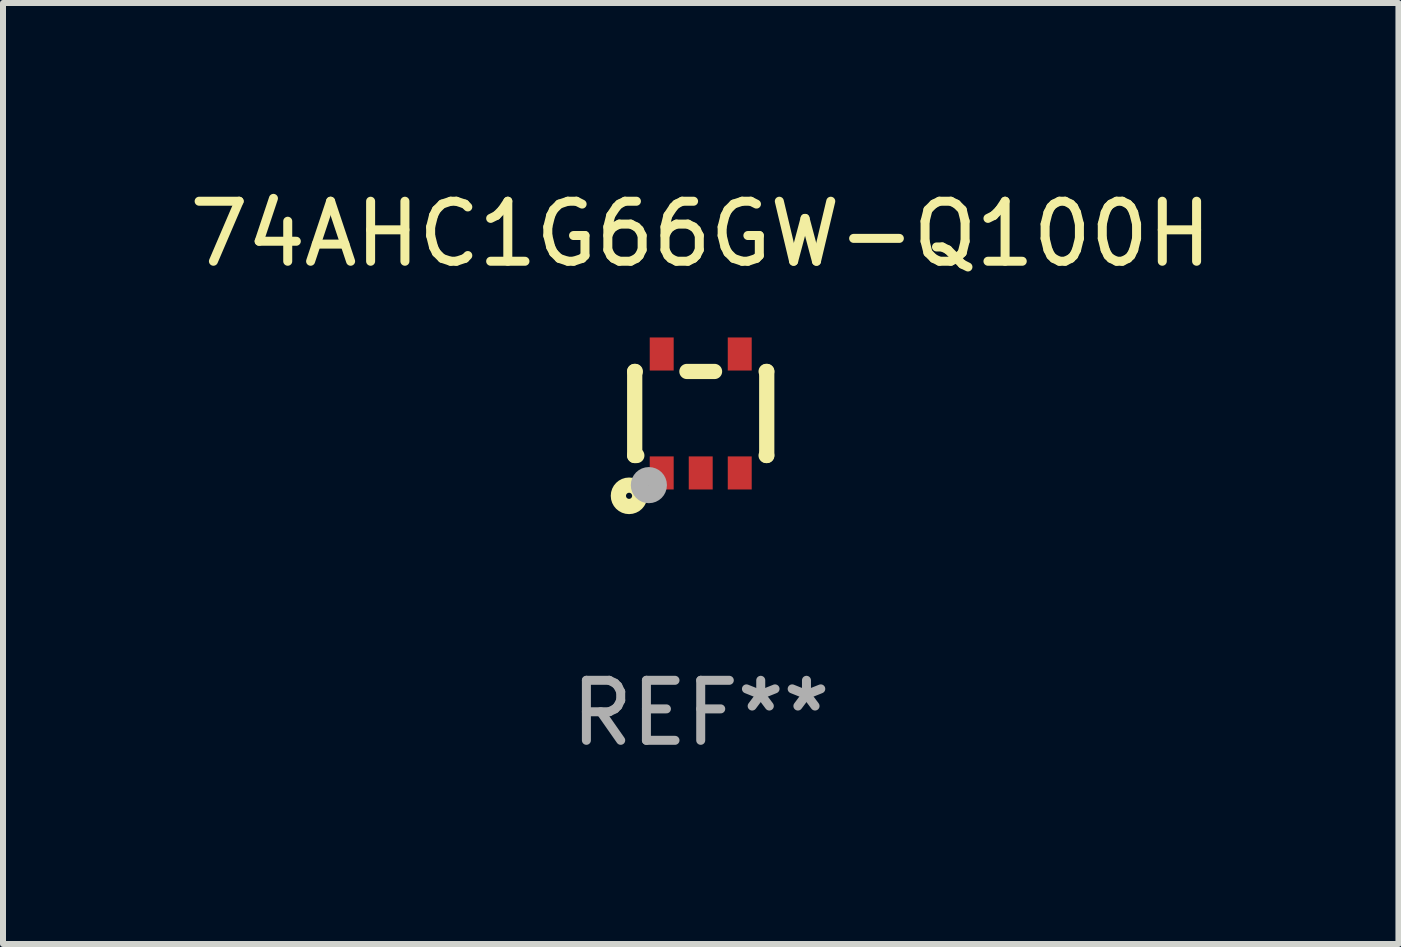
<source format=kicad_pcb>
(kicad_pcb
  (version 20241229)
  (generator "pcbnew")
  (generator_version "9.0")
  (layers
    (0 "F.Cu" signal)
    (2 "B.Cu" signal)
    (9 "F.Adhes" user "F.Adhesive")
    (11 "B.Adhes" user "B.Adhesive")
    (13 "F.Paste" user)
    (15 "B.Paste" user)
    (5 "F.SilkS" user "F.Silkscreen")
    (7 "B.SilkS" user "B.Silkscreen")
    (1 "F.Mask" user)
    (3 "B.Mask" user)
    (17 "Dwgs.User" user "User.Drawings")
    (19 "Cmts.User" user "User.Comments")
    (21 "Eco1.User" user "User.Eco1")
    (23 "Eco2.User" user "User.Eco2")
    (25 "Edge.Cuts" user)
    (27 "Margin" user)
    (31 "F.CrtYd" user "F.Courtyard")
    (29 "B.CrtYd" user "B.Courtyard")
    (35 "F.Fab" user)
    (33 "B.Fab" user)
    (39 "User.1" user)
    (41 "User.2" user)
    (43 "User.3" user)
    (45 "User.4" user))
  (footprint "74AHC1G66GW-Q100H"
    (layer "F.Cu")
    (at 8.625 3.839)
    (property "Reference" "74AHC1G66GW-Q100H" (at 0 -2.991 0) (layer "F.SilkS") (effects (font (size 1 1) (thickness 0.15))))
    (attr through_hole)
    (fp_line (start -1.1 -0.7) (end -1.1 0.7) (stroke (width 0.254) (type solid)) (layer "F.SilkS"))
    (fp_line (start -1.1 -0.7) (end -1.09 -0.7) (stroke (width 0.254) (type solid)) (layer "F.SilkS"))
    (fp_line (start -1.1 0.7) (end -1.065 0.7) (stroke (width 0.254) (type solid)) (layer "F.SilkS"))
    (fp_line (start -0.23 -0.7) (end 0.23 -0.7) (stroke (width 0.254) (type solid)) (layer "F.SilkS"))
    (fp_line (start 1.09 -0.7) (end 1.1 -0.7) (stroke (width 0.254) (type solid)) (layer "F.SilkS"))
    (fp_line (start 1.09 0.7) (end 1.1 0.7) (stroke (width 0.254) (type solid)) (layer "F.SilkS"))
    (fp_line (start 1.1 -0.7) (end 1.1 0.7) (stroke (width 0.254) (type solid)) (layer "F.SilkS"))
    (fp_circle (center -1.194 1.372) (end -1.143 1.372) (stroke (width 0.254) (type solid)) (fill no) (layer "F.SilkS"))
    (fp_circle (center -1.05 1.063) (end -1.02 1.063) (stroke (width 0.06) (type solid)) (fill no) (layer "F.SilkS"))
    (fp_circle (center -0.864 1.194) (end -0.713 1.194) (stroke (width 0.3) (type solid)) (fill no) (layer "F.Fab"))
    (fp_text user "REF**" (at 0 4.991 0) (layer "F.Fab") (effects (font (size 1 1) (thickness 0.15))))
    (pad "1" smd rect (at -0.65 0.991 180) (size 0.399 0.551) (layers "F.Cu" "F.Mask" "F.Paste"))
    (pad "2" smd rect (at 0 0.991 180) (size 0.399 0.551) (layers "F.Cu" "F.Mask" "F.Paste"))
    (pad "3" smd rect (at 0.65 0.991 180) (size 0.399 0.551) (layers "F.Cu" "F.Mask" "F.Paste"))
    (pad "4" smd rect (at 0.65 -0.991 180) (size 0.399 0.551) (layers "F.Cu" "F.Mask" "F.Paste"))
    (pad "5" smd rect (at -0.65 -0.991 180) (size 0.399 0.551) (layers "F.Cu" "F.Mask" "F.Paste")))
  (gr_rect
    (start -3 -3)
    (end 20.25 12.678)
    (stroke (width 0.1) (type default))
    (fill no)
    (layer "Edge.Cuts")))
</source>
